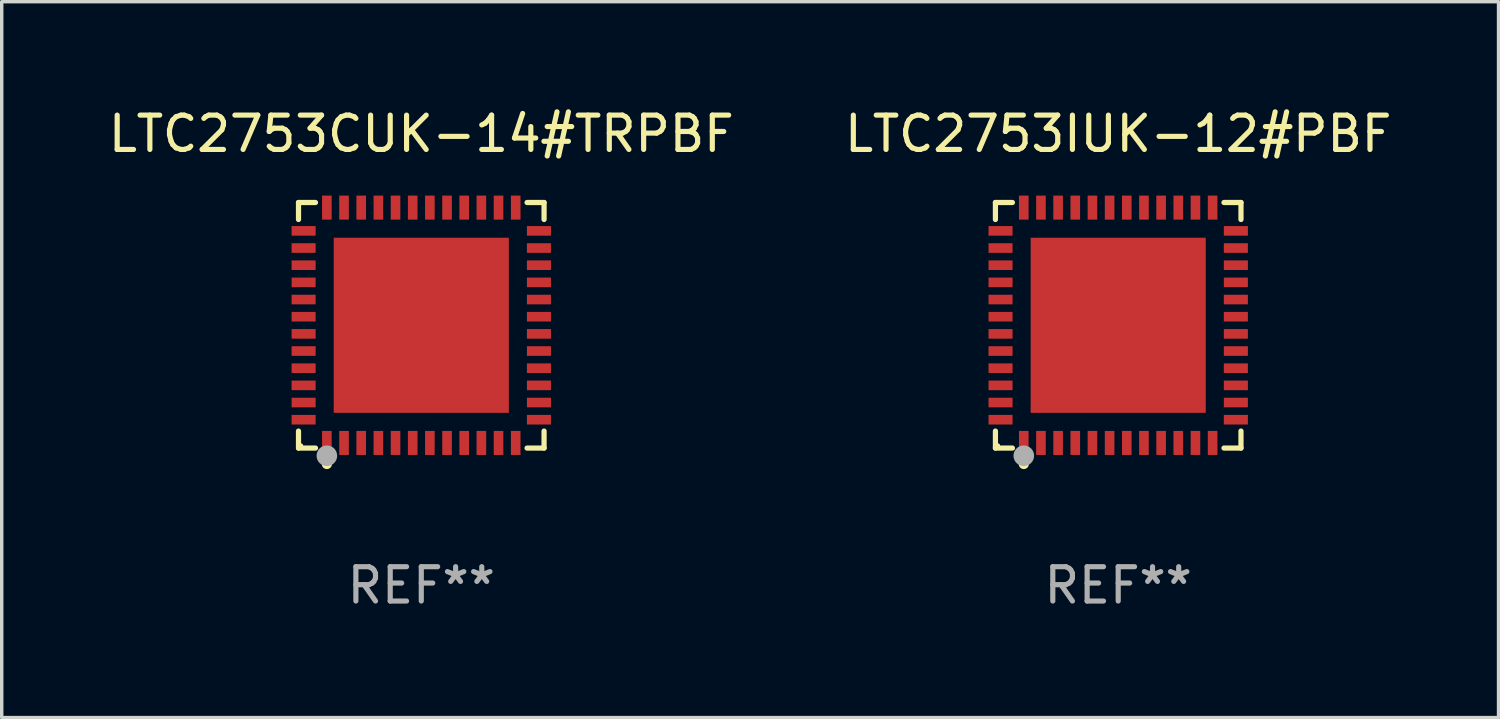
<source format=kicad_pcb>
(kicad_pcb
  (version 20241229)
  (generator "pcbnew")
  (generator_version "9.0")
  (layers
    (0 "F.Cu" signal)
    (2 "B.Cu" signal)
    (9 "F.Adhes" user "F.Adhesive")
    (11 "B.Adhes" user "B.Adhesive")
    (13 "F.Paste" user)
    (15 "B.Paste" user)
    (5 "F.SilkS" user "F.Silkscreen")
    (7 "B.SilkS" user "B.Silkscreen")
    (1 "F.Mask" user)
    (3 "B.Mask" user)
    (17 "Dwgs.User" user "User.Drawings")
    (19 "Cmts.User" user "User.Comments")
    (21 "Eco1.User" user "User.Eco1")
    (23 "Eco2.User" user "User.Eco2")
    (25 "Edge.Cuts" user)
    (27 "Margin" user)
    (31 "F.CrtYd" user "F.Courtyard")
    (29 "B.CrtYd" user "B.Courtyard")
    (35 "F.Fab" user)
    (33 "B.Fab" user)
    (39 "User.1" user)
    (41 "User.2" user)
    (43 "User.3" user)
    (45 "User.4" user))
  (footprint "LTC2753CUK-14#TRPBF"
    (layer "F.Cu")
    (at 9.22 6.424)
    (property "Reference" "LTC2753CUK-14#TRPBF" (at 0 -5.576 0) (layer "F.SilkS") (effects (font (size 1 1) (thickness 0.15))))
    (attr through_hole)
    (fp_line (start -3.576 -3.576) (end -3.081 -3.576) (stroke (width 0.152) (type solid)) (layer "F.SilkS"))
    (fp_line (start -3.576 -3.081) (end -3.576 -3.576) (stroke (width 0.152) (type solid)) (layer "F.SilkS"))
    (fp_line (start -3.576 3.081) (end -3.576 3.576) (stroke (width 0.152) (type solid)) (layer "F.SilkS"))
    (fp_line (start -3.576 3.576) (end -3.081 3.576) (stroke (width 0.152) (type solid)) (layer "F.SilkS"))
    (fp_line (start 3.576 -3.576) (end 3.081 -3.576) (stroke (width 0.152) (type solid)) (layer "F.SilkS"))
    (fp_line (start 3.576 -3.081) (end 3.576 -3.576) (stroke (width 0.152) (type solid)) (layer "F.SilkS"))
    (fp_line (start 3.576 3.081) (end 3.576 3.576) (stroke (width 0.152) (type solid)) (layer "F.SilkS"))
    (fp_line (start 3.576 3.576) (end 3.081 3.576) (stroke (width 0.152) (type solid)) (layer "F.SilkS"))
    (fp_circle (center -3.5 3.5) (end -3.47 3.5) (stroke (width 0.06) (type solid)) (fill no) (layer "F.SilkS"))
    (fp_circle (center -2.75 4.04) (end -2.675 4.04) (stroke (width 0.15) (type solid)) (fill no) (layer "F.SilkS"))
    (fp_circle (center -2.75 3.8) (end -2.6 3.8) (stroke (width 0.3) (type solid)) (fill no) (layer "F.Fab"))
    (fp_text user "REF**" (at 0 7.576 0) (layer "F.Fab") (effects (font (size 1 1) (thickness 0.15))))
    (pad "1" smd rect (at -2.75 3.427) (size 0.28 0.7) (layers "F.Cu" "F.Mask" "F.Paste"))
    (pad "2" smd rect (at -2.25 3.427) (size 0.28 0.7) (layers "F.Cu" "F.Mask" "F.Paste"))
    (pad "3" smd rect (at -1.75 3.427) (size 0.28 0.7) (layers "F.Cu" "F.Mask" "F.Paste"))
    (pad "4" smd rect (at -1.25 3.427) (size 0.28 0.7) (layers "F.Cu" "F.Mask" "F.Paste"))
    (pad "5" smd rect (at -0.75 3.427) (size 0.28 0.7) (layers "F.Cu" "F.Mask" "F.Paste"))
    (pad "6" smd rect (at -0.25 3.427) (size 0.28 0.7) (layers "F.Cu" "F.Mask" "F.Paste"))
    (pad "7" smd rect (at 0.25 3.427) (size 0.28 0.7) (layers "F.Cu" "F.Mask" "F.Paste"))
    (pad "8" smd rect (at 0.75 3.427) (size 0.28 0.7) (layers "F.Cu" "F.Mask" "F.Paste"))
    (pad "9" smd rect (at 1.25 3.427) (size 0.28 0.7) (layers "F.Cu" "F.Mask" "F.Paste"))
    (pad "10" smd rect (at 1.75 3.427) (size 0.28 0.7) (layers "F.Cu" "F.Mask" "F.Paste"))
    (pad "11" smd rect (at 2.25 3.427) (size 0.28 0.7) (layers "F.Cu" "F.Mask" "F.Paste"))
    (pad "12" smd rect (at 2.75 3.427) (size 0.28 0.7) (layers "F.Cu" "F.Mask" "F.Paste"))
    (pad "13" smd rect (at 3.427 2.75) (size 0.7 0.28) (layers "F.Cu" "F.Mask" "F.Paste"))
    (pad "14" smd rect (at 3.427 2.25) (size 0.7 0.28) (layers "F.Cu" "F.Mask" "F.Paste"))
    (pad "15" smd rect (at 3.427 1.75) (size 0.7 0.28) (layers "F.Cu" "F.Mask" "F.Paste"))
    (pad "16" smd rect (at 3.427 1.25) (size 0.7 0.28) (layers "F.Cu" "F.Mask" "F.Paste"))
    (pad "17" smd rect (at 3.427 0.75) (size 0.7 0.28) (layers "F.Cu" "F.Mask" "F.Paste"))
    (pad "18" smd rect (at 3.427 0.25) (size 0.7 0.28) (layers "F.Cu" "F.Mask" "F.Paste"))
    (pad "19" smd rect (at 3.427 -0.25) (size 0.7 0.28) (layers "F.Cu" "F.Mask" "F.Paste"))
    (pad "20" smd rect (at 3.427 -0.75) (size 0.7 0.28) (layers "F.Cu" "F.Mask" "F.Paste"))
    (pad "21" smd rect (at 3.427 -1.25) (size 0.7 0.28) (layers "F.Cu" "F.Mask" "F.Paste"))
    (pad "22" smd rect (at 3.427 -1.75) (size 0.7 0.28) (layers "F.Cu" "F.Mask" "F.Paste"))
    (pad "23" smd rect (at 3.427 -2.25) (size 0.7 0.28) (layers "F.Cu" "F.Mask" "F.Paste"))
    (pad "24" smd rect (at 3.427 -2.75) (size 0.7 0.28) (layers "F.Cu" "F.Mask" "F.Paste"))
    (pad "25" smd rect (at 2.75 -3.427) (size 0.28 0.7) (layers "F.Cu" "F.Mask" "F.Paste"))
    (pad "26" smd rect (at 2.25 -3.427) (size 0.28 0.7) (layers "F.Cu" "F.Mask" "F.Paste"))
    (pad "27" smd rect (at 1.75 -3.427) (size 0.28 0.7) (layers "F.Cu" "F.Mask" "F.Paste"))
    (pad "28" smd rect (at 1.25 -3.427) (size 0.28 0.7) (layers "F.Cu" "F.Mask" "F.Paste"))
    (pad "29" smd rect (at 0.75 -3.427) (size 0.28 0.7) (layers "F.Cu" "F.Mask" "F.Paste"))
    (pad "30" smd rect (at 0.25 -3.427) (size 0.28 0.7) (layers "F.Cu" "F.Mask" "F.Paste"))
    (pad "31" smd rect (at -0.25 -3.427) (size 0.28 0.7) (layers "F.Cu" "F.Mask" "F.Paste"))
    (pad "32" smd rect (at -0.75 -3.427) (size 0.28 0.7) (layers "F.Cu" "F.Mask" "F.Paste"))
    (pad "33" smd rect (at -1.25 -3.427) (size 0.28 0.7) (layers "F.Cu" "F.Mask" "F.Paste"))
    (pad "34" smd rect (at -1.75 -3.427) (size 0.28 0.7) (layers "F.Cu" "F.Mask" "F.Paste"))
    (pad "35" smd rect (at -2.25 -3.427) (size 0.28 0.7) (layers "F.Cu" "F.Mask" "F.Paste"))
    (pad "36" smd rect (at -2.75 -3.427) (size 0.28 0.7) (layers "F.Cu" "F.Mask" "F.Paste"))
    (pad "37" smd rect (at -3.427 -2.75) (size 0.7 0.28) (layers "F.Cu" "F.Mask" "F.Paste"))
    (pad "38" smd rect (at -3.427 -2.25) (size 0.7 0.28) (layers "F.Cu" "F.Mask" "F.Paste"))
    (pad "39" smd rect (at -3.427 -1.75) (size 0.7 0.28) (layers "F.Cu" "F.Mask" "F.Paste"))
    (pad "40" smd rect (at -3.427 -1.25) (size 0.7 0.28) (layers "F.Cu" "F.Mask" "F.Paste"))
    (pad "41" smd rect (at -3.427 -0.75) (size 0.7 0.28) (layers "F.Cu" "F.Mask" "F.Paste"))
    (pad "42" smd rect (at -3.427 -0.25) (size 0.7 0.28) (layers "F.Cu" "F.Mask" "F.Paste"))
    (pad "43" smd rect (at -3.427 0.25) (size 0.7 0.28) (layers "F.Cu" "F.Mask" "F.Paste"))
    (pad "44" smd rect (at -3.427 0.75) (size 0.7 0.28) (layers "F.Cu" "F.Mask" "F.Paste"))
    (pad "45" smd rect (at -3.427 1.25) (size 0.7 0.28) (layers "F.Cu" "F.Mask" "F.Paste"))
    (pad "46" smd rect (at -3.427 1.75) (size 0.7 0.28) (layers "F.Cu" "F.Mask" "F.Paste"))
    (pad "47" smd rect (at -3.427 2.25) (size 0.7 0.28) (layers "F.Cu" "F.Mask" "F.Paste"))
    (pad "48" smd rect (at -3.427 2.75) (size 0.7 0.28) (layers "F.Cu" "F.Mask" "F.Paste"))
    (pad "49" smd rect (at 0 0) (size 5.1 5.1) (layers "F.Cu" "F.Mask" "F.Paste")))
  (footprint "LTC2753IUK-12#PBF"
    (layer "F.Cu")
    (at 29.518 6.424)
    (property "Reference" "LTC2753IUK-12#PBF" (at 0 -5.576 0) (layer "F.SilkS") (effects (font (size 1 1) (thickness 0.15))))
    (attr through_hole)
    (fp_line (start -3.576 -3.576) (end -3.081 -3.576) (stroke (width 0.152) (type solid)) (layer "F.SilkS"))
    (fp_line (start -3.576 -3.081) (end -3.576 -3.576) (stroke (width 0.152) (type solid)) (layer "F.SilkS"))
    (fp_line (start -3.576 3.081) (end -3.576 3.576) (stroke (width 0.152) (type solid)) (layer "F.SilkS"))
    (fp_line (start -3.576 3.576) (end -3.081 3.576) (stroke (width 0.152) (type solid)) (layer "F.SilkS"))
    (fp_line (start 3.576 -3.576) (end 3.081 -3.576) (stroke (width 0.152) (type solid)) (layer "F.SilkS"))
    (fp_line (start 3.576 -3.081) (end 3.576 -3.576) (stroke (width 0.152) (type solid)) (layer "F.SilkS"))
    (fp_line (start 3.576 3.081) (end 3.576 3.576) (stroke (width 0.152) (type solid)) (layer "F.SilkS"))
    (fp_line (start 3.576 3.576) (end 3.081 3.576) (stroke (width 0.152) (type solid)) (layer "F.SilkS"))
    (fp_circle (center -3.5 3.5) (end -3.47 3.5) (stroke (width 0.06) (type solid)) (fill no) (layer "F.SilkS"))
    (fp_circle (center -2.75 4.04) (end -2.675 4.04) (stroke (width 0.15) (type solid)) (fill no) (layer "F.SilkS"))
    (fp_circle (center -2.75 3.8) (end -2.6 3.8) (stroke (width 0.3) (type solid)) (fill no) (layer "F.Fab"))
    (fp_text user "REF**" (at 0 7.576 0) (layer "F.Fab") (effects (font (size 1 1) (thickness 0.15))))
    (pad "1" smd rect (at -2.75 3.427) (size 0.28 0.7) (layers "F.Cu" "F.Mask" "F.Paste"))
    (pad "2" smd rect (at -2.25 3.427) (size 0.28 0.7) (layers "F.Cu" "F.Mask" "F.Paste"))
    (pad "3" smd rect (at -1.75 3.427) (size 0.28 0.7) (layers "F.Cu" "F.Mask" "F.Paste"))
    (pad "4" smd rect (at -1.25 3.427) (size 0.28 0.7) (layers "F.Cu" "F.Mask" "F.Paste"))
    (pad "5" smd rect (at -0.75 3.427) (size 0.28 0.7) (layers "F.Cu" "F.Mask" "F.Paste"))
    (pad "6" smd rect (at -0.25 3.427) (size 0.28 0.7) (layers "F.Cu" "F.Mask" "F.Paste"))
    (pad "7" smd rect (at 0.25 3.427) (size 0.28 0.7) (layers "F.Cu" "F.Mask" "F.Paste"))
    (pad "8" smd rect (at 0.75 3.427) (size 0.28 0.7) (layers "F.Cu" "F.Mask" "F.Paste"))
    (pad "9" smd rect (at 1.25 3.427) (size 0.28 0.7) (layers "F.Cu" "F.Mask" "F.Paste"))
    (pad "10" smd rect (at 1.75 3.427) (size 0.28 0.7) (layers "F.Cu" "F.Mask" "F.Paste"))
    (pad "11" smd rect (at 2.25 3.427) (size 0.28 0.7) (layers "F.Cu" "F.Mask" "F.Paste"))
    (pad "12" smd rect (at 2.75 3.427) (size 0.28 0.7) (layers "F.Cu" "F.Mask" "F.Paste"))
    (pad "13" smd rect (at 3.427 2.75) (size 0.7 0.28) (layers "F.Cu" "F.Mask" "F.Paste"))
    (pad "14" smd rect (at 3.427 2.25) (size 0.7 0.28) (layers "F.Cu" "F.Mask" "F.Paste"))
    (pad "15" smd rect (at 3.427 1.75) (size 0.7 0.28) (layers "F.Cu" "F.Mask" "F.Paste"))
    (pad "16" smd rect (at 3.427 1.25) (size 0.7 0.28) (layers "F.Cu" "F.Mask" "F.Paste"))
    (pad "17" smd rect (at 3.427 0.75) (size 0.7 0.28) (layers "F.Cu" "F.Mask" "F.Paste"))
    (pad "18" smd rect (at 3.427 0.25) (size 0.7 0.28) (layers "F.Cu" "F.Mask" "F.Paste"))
    (pad "19" smd rect (at 3.427 -0.25) (size 0.7 0.28) (layers "F.Cu" "F.Mask" "F.Paste"))
    (pad "20" smd rect (at 3.427 -0.75) (size 0.7 0.28) (layers "F.Cu" "F.Mask" "F.Paste"))
    (pad "21" smd rect (at 3.427 -1.25) (size 0.7 0.28) (layers "F.Cu" "F.Mask" "F.Paste"))
    (pad "22" smd rect (at 3.427 -1.75) (size 0.7 0.28) (layers "F.Cu" "F.Mask" "F.Paste"))
    (pad "23" smd rect (at 3.427 -2.25) (size 0.7 0.28) (layers "F.Cu" "F.Mask" "F.Paste"))
    (pad "24" smd rect (at 3.427 -2.75) (size 0.7 0.28) (layers "F.Cu" "F.Mask" "F.Paste"))
    (pad "25" smd rect (at 2.75 -3.427) (size 0.28 0.7) (layers "F.Cu" "F.Mask" "F.Paste"))
    (pad "26" smd rect (at 2.25 -3.427) (size 0.28 0.7) (layers "F.Cu" "F.Mask" "F.Paste"))
    (pad "27" smd rect (at 1.75 -3.427) (size 0.28 0.7) (layers "F.Cu" "F.Mask" "F.Paste"))
    (pad "28" smd rect (at 1.25 -3.427) (size 0.28 0.7) (layers "F.Cu" "F.Mask" "F.Paste"))
    (pad "29" smd rect (at 0.75 -3.427) (size 0.28 0.7) (layers "F.Cu" "F.Mask" "F.Paste"))
    (pad "30" smd rect (at 0.25 -3.427) (size 0.28 0.7) (layers "F.Cu" "F.Mask" "F.Paste"))
    (pad "31" smd rect (at -0.25 -3.427) (size 0.28 0.7) (layers "F.Cu" "F.Mask" "F.Paste"))
    (pad "32" smd rect (at -0.75 -3.427) (size 0.28 0.7) (layers "F.Cu" "F.Mask" "F.Paste"))
    (pad "33" smd rect (at -1.25 -3.427) (size 0.28 0.7) (layers "F.Cu" "F.Mask" "F.Paste"))
    (pad "34" smd rect (at -1.75 -3.427) (size 0.28 0.7) (layers "F.Cu" "F.Mask" "F.Paste"))
    (pad "35" smd rect (at -2.25 -3.427) (size 0.28 0.7) (layers "F.Cu" "F.Mask" "F.Paste"))
    (pad "36" smd rect (at -2.75 -3.427) (size 0.28 0.7) (layers "F.Cu" "F.Mask" "F.Paste"))
    (pad "37" smd rect (at -3.427 -2.75) (size 0.7 0.28) (layers "F.Cu" "F.Mask" "F.Paste"))
    (pad "38" smd rect (at -3.427 -2.25) (size 0.7 0.28) (layers "F.Cu" "F.Mask" "F.Paste"))
    (pad "39" smd rect (at -3.427 -1.75) (size 0.7 0.28) (layers "F.Cu" "F.Mask" "F.Paste"))
    (pad "40" smd rect (at -3.427 -1.25) (size 0.7 0.28) (layers "F.Cu" "F.Mask" "F.Paste"))
    (pad "41" smd rect (at -3.427 -0.75) (size 0.7 0.28) (layers "F.Cu" "F.Mask" "F.Paste"))
    (pad "42" smd rect (at -3.427 -0.25) (size 0.7 0.28) (layers "F.Cu" "F.Mask" "F.Paste"))
    (pad "43" smd rect (at -3.427 0.25) (size 0.7 0.28) (layers "F.Cu" "F.Mask" "F.Paste"))
    (pad "44" smd rect (at -3.427 0.75) (size 0.7 0.28) (layers "F.Cu" "F.Mask" "F.Paste"))
    (pad "45" smd rect (at -3.427 1.25) (size 0.7 0.28) (layers "F.Cu" "F.Mask" "F.Paste"))
    (pad "46" smd rect (at -3.427 1.75) (size 0.7 0.28) (layers "F.Cu" "F.Mask" "F.Paste"))
    (pad "47" smd rect (at -3.427 2.25) (size 0.7 0.28) (layers "F.Cu" "F.Mask" "F.Paste"))
    (pad "48" smd rect (at -3.427 2.75) (size 0.7 0.28) (layers "F.Cu" "F.Mask" "F.Paste"))
    (pad "49" smd rect (at 0 0) (size 5.1 5.1) (layers "F.Cu" "F.Mask" "F.Paste")))
  (gr_rect
    (start -3 -3)
    (end 40.595 17.849)
    (stroke (width 0.1) (type default))
    (fill no)
    (layer "Edge.Cuts")))
</source>
